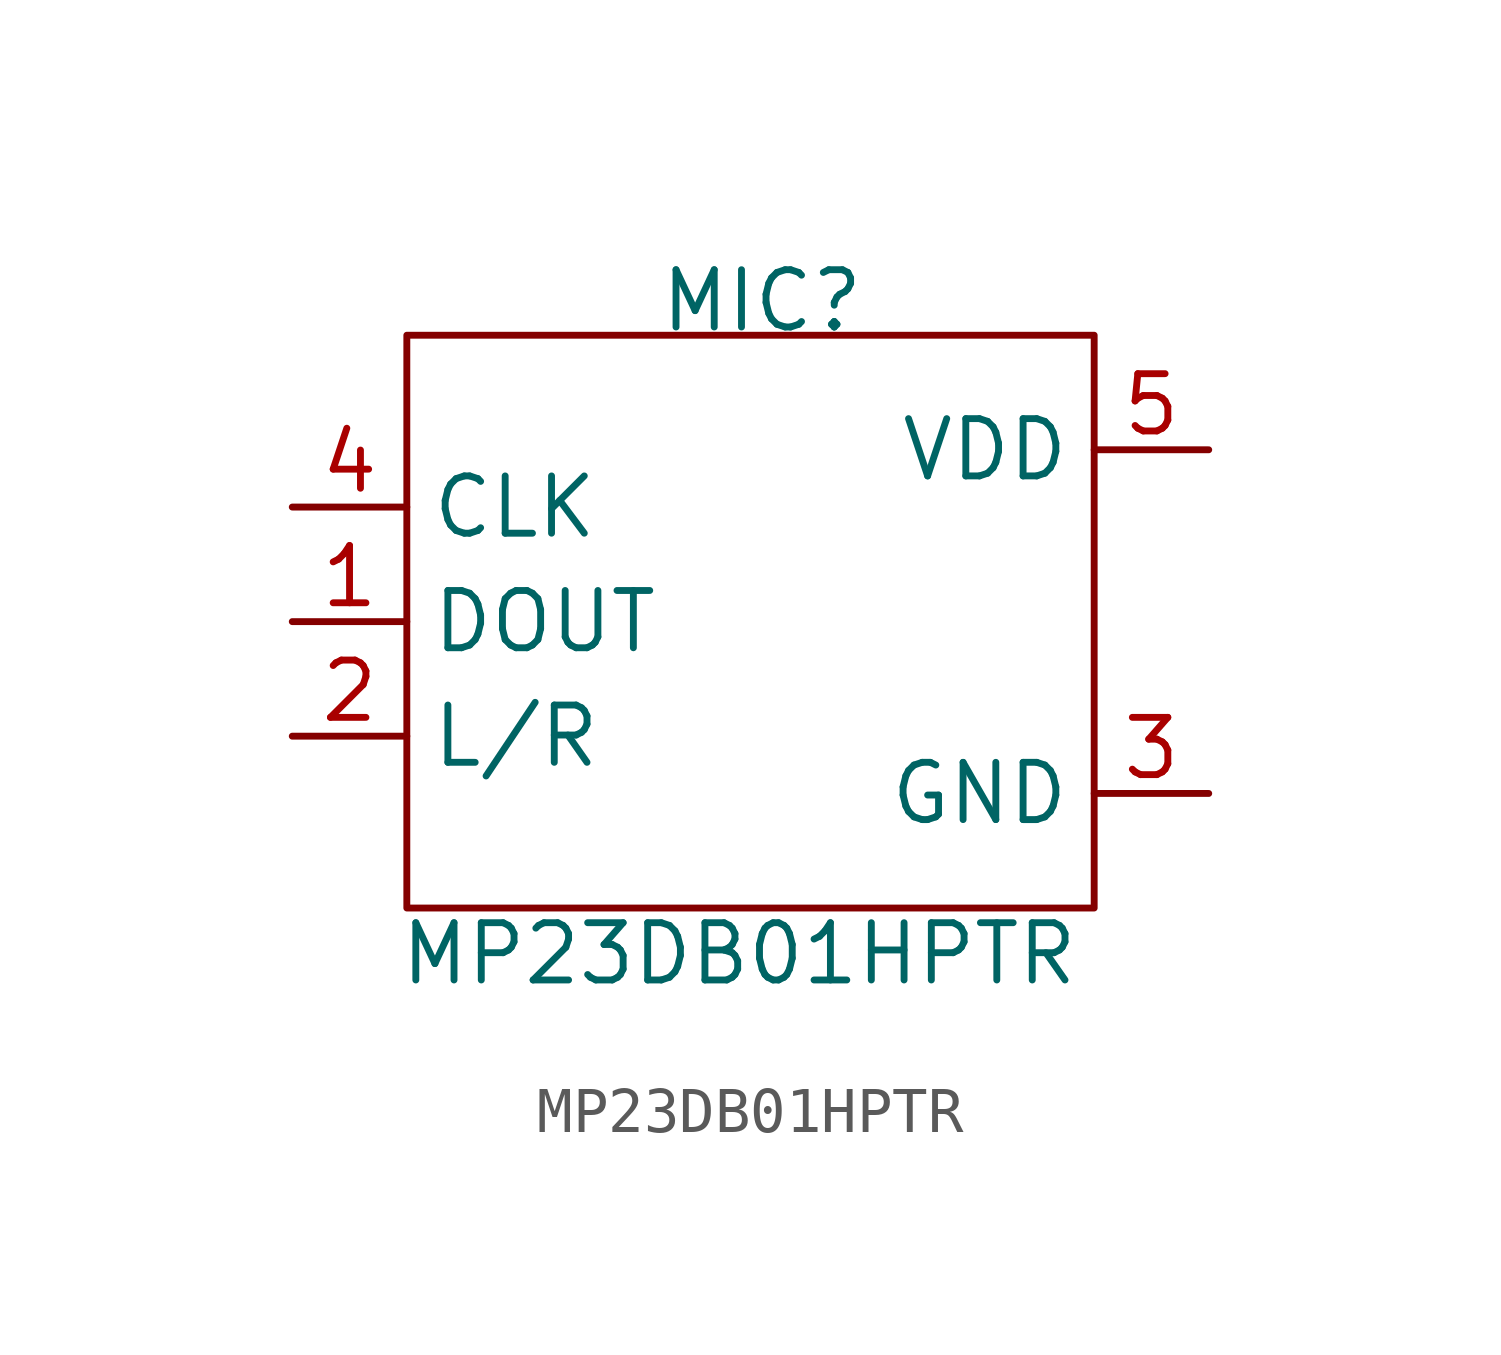
<source format=kicad_sym>
(kicad_symbol_lib
  (version 20241209)
  (generator "kicad_symbol_editor")
  (generator_version "9.0")
  (symbol "MP23DB01HPTR"
    (property "Reference" "MIC"
      (at 0.254 7.112 0)
      (effects (font (size 1.27 1.27))))
    (property "Value" "MP23DB01HPTR"
      (at -0.254 -7.366 0)
      (effects (font (size 1.27 1.27))))
    (symbol "MP23DB01HPTR_1_0"
      (rectangle (start -7.62 6.35) (end 7.62 -6.35) (stroke (width 0) (type default)) (fill (type none)))
      (pin unspecified line (at -10.16 2.54 0) (length 2.54) (name "CLK" (effects (font (size 1.27 1.27)))) (number "4" (effects (font (size 1.27 1.27)))))
      (pin unspecified line (at -10.16 0 0) (length 2.54) (name "DOUT" (effects (font (size 1.27 1.27)))) (number "1" (effects (font (size 1.27 1.27)))))
      (pin unspecified line (at -10.16 -2.54 0) (length 2.54) (name "L/R" (effects (font (size 1.27 1.27)))) (number "2" (effects (font (size 1.27 1.27)))))
      (pin unspecified line (at 10.16 3.81 180) (length 2.54) (name "VDD" (effects (font (size 1.27 1.27)))) (number "5" (effects (font (size 1.27 1.27)))))
      (pin unspecified line (at 10.16 -3.81 180) (length 2.54) (name "GND" (effects (font (size 1.27 1.27)))) (number "3" (effects (font (size 1.27 1.27))))))))
</source>
